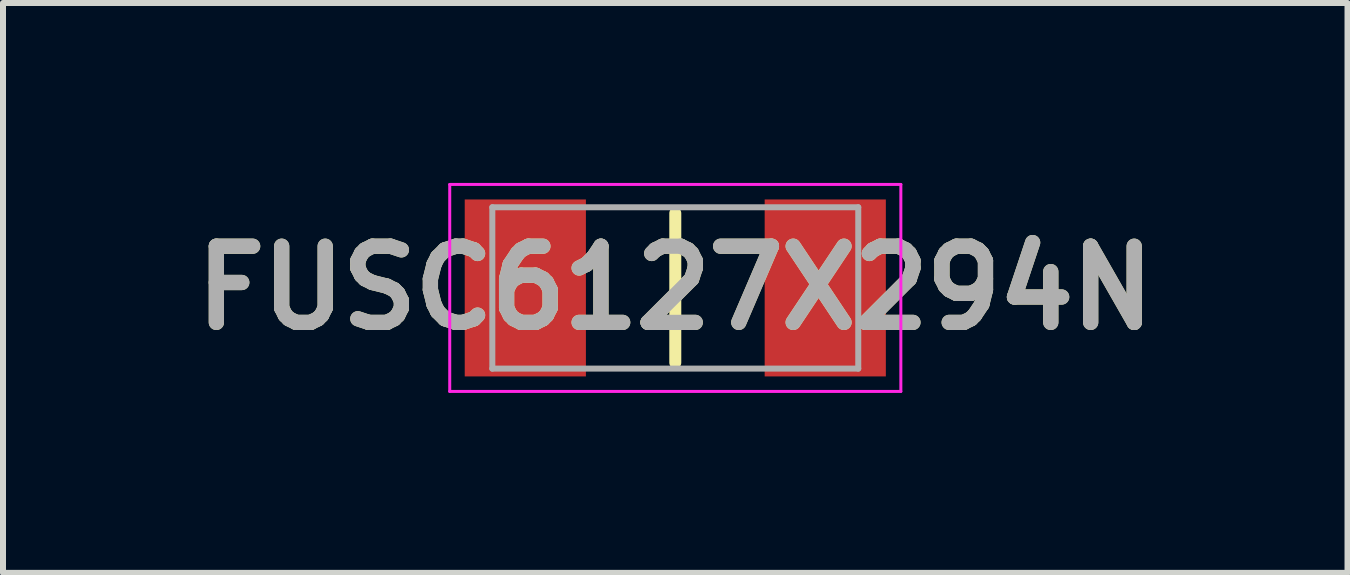
<source format=kicad_pcb>
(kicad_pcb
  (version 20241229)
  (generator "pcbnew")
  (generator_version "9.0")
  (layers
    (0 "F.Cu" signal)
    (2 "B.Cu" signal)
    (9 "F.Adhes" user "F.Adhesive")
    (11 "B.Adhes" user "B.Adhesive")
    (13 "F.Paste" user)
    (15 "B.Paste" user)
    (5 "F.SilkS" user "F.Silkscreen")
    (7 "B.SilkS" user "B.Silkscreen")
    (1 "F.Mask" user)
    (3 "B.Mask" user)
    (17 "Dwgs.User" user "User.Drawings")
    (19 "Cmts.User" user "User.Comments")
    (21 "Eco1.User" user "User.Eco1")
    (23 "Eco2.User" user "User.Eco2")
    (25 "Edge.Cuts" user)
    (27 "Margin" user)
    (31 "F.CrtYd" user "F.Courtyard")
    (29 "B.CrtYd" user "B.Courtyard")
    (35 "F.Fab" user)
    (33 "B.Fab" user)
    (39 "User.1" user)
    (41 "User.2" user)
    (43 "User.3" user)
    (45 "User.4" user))
  (footprint "FUSC6127X294N"
    (layer "F.Cu")
    (at 8.207 1.75)
    (property "Reference" "FUSC6127X294N" (at 0 0 0) (layer "F.SilkS") (effects (font (size 1.27 1.27) (thickness 0.254))))
    (attr smd)
    (fp_line (start 0 -1.245) (end 0 1.245) (stroke (width 0.2) (type solid)) (layer "F.SilkS"))
    (fp_line (start -3.76 -1.725) (end 3.76 -1.725) (stroke (width 0.05) (type solid)) (layer "F.CrtYd"))
    (fp_line (start -3.76 1.725) (end -3.76 -1.725) (stroke (width 0.05) (type solid)) (layer "F.CrtYd"))
    (fp_line (start 3.76 -1.725) (end 3.76 1.725) (stroke (width 0.05) (type solid)) (layer "F.CrtYd"))
    (fp_line (start 3.76 1.725) (end -3.76 1.725) (stroke (width 0.05) (type solid)) (layer "F.CrtYd"))
    (fp_line (start -3.05 -1.345) (end 3.05 -1.345) (stroke (width 0.1) (type solid)) (layer "F.Fab"))
    (fp_line (start -3.05 1.345) (end -3.05 -1.345) (stroke (width 0.1) (type solid)) (layer "F.Fab"))
    (fp_line (start 3.05 -1.345) (end 3.05 1.345) (stroke (width 0.1) (type solid)) (layer "F.Fab"))
    (fp_line (start 3.05 1.345) (end -3.05 1.345) (stroke (width 0.1) (type solid)) (layer "F.Fab"))
    (fp_text user "${REFERENCE}" (at 0 0 0) (layer "F.Fab") (effects (font (size 1.27 1.27) (thickness 0.254))))
    (pad "1" smd rect (at -2.5 0) (size 2.02 2.95) (layers "F.Cu" "F.Mask" "F.Paste"))
    (pad "2" smd rect (at 2.5 0) (size 2.02 2.95) (layers "F.Cu" "F.Mask" "F.Paste")))
  (gr_rect
    (start -3 -3)
    (end 19.413 6.5)
    (stroke (width 0.1) (type default))
    (fill no)
    (layer "Edge.Cuts")))
</source>
